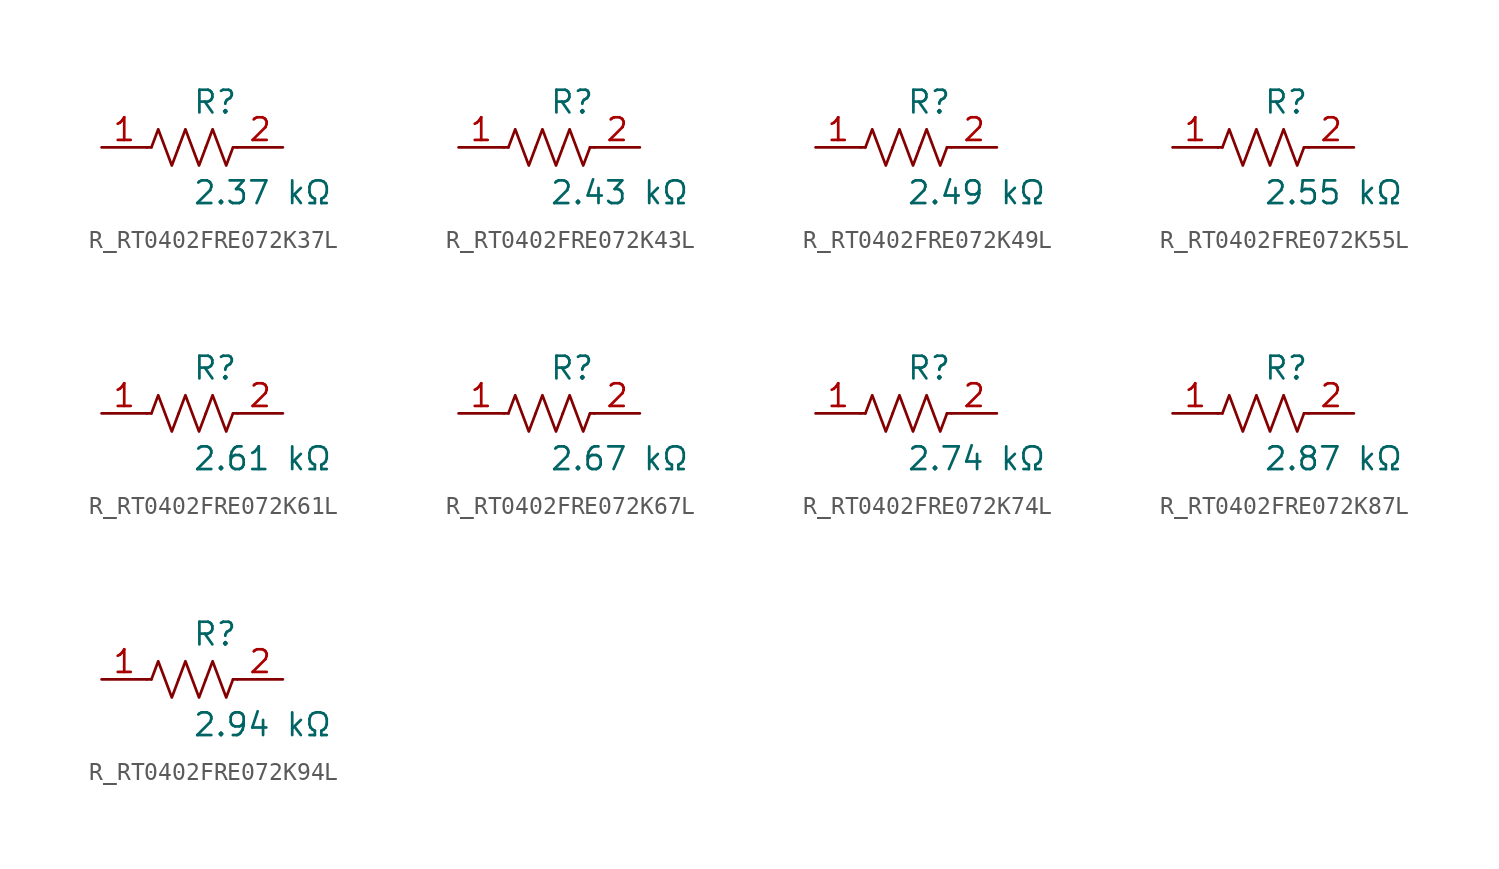
<source format=kicad_sym>
(kicad_symbol_lib
  (version 20231120)
  (generator kicad_symbol_editor)
  (generator_version 8.0)
  (symbol "R_RT0402FRE072K37L"
    (pin_names
      (offset 0.254))
    (property "Reference" "R"
      (at 0.0 2.54 0)
      (effects (font (size 1.27 1.27)) (justify left)))
    (property "Value" "2.37 kΩ"
      (at 0.0 -2.54 0)
      (effects (font (size 1.27 1.27)) (justify left)))
    (symbol "R_RT0402FRE072K37L_0_1"
      (polyline (pts (xy 2.286 0) (xy 2.54 0)) (stroke (width 0) (type default)) (fill (type none)))
      (polyline (pts (xy -2.286 0) (xy -2.54 0)) (stroke (width 0) (type default)) (fill (type none)))
      (polyline (pts (xy 0.762 0) (xy 1.143 1.016) (xy 1.524 0) (xy 1.905 -1.016) (xy 2.286 0)) (stroke (width 0) (type default)) (fill (type none)))
      (polyline (pts (xy -0.762 0) (xy -0.381 1.016) (xy 0 0) (xy 0.381 -1.016) (xy 0.762 0)) (stroke (width 0) (type default)) (fill (type none)))
      (polyline (pts (xy -2.286 0) (xy -1.905 1.016) (xy -1.524 0) (xy -1.143 -1.016) (xy -0.762 0)) (stroke (width 0) (type default)) (fill (type none))))
    (pin unspecified line
      (at -5.08 0 0)
      (length 2.54)
      (name "" (effects (font (size 1.27 1.27))))
      (number "1" (effects (font (size 1.27 1.27)))))
    (pin unspecified line
      (at 5.08 0 180)
      (length 2.54)
      (name "" (effects (font (size 1.27 1.27))))
      (number "2" (effects (font (size 1.27 1.27))))))
  (symbol "R_RT0402FRE072K43L"
    (pin_names
      (offset 0.254))
    (property "Reference" "R"
      (at 0.0 2.54 0)
      (effects (font (size 1.27 1.27)) (justify left)))
    (property "Value" "2.43 kΩ"
      (at 0.0 -2.54 0)
      (effects (font (size 1.27 1.27)) (justify left)))
    (symbol "R_RT0402FRE072K43L_0_1"
      (polyline (pts (xy 2.286 0) (xy 2.54 0)) (stroke (width 0) (type default)) (fill (type none)))
      (polyline (pts (xy -2.286 0) (xy -2.54 0)) (stroke (width 0) (type default)) (fill (type none)))
      (polyline (pts (xy 0.762 0) (xy 1.143 1.016) (xy 1.524 0) (xy 1.905 -1.016) (xy 2.286 0)) (stroke (width 0) (type default)) (fill (type none)))
      (polyline (pts (xy -0.762 0) (xy -0.381 1.016) (xy 0 0) (xy 0.381 -1.016) (xy 0.762 0)) (stroke (width 0) (type default)) (fill (type none)))
      (polyline (pts (xy -2.286 0) (xy -1.905 1.016) (xy -1.524 0) (xy -1.143 -1.016) (xy -0.762 0)) (stroke (width 0) (type default)) (fill (type none))))
    (pin unspecified line
      (at -5.08 0 0)
      (length 2.54)
      (name "" (effects (font (size 1.27 1.27))))
      (number "1" (effects (font (size 1.27 1.27)))))
    (pin unspecified line
      (at 5.08 0 180)
      (length 2.54)
      (name "" (effects (font (size 1.27 1.27))))
      (number "2" (effects (font (size 1.27 1.27))))))
  (symbol "R_RT0402FRE072K49L"
    (pin_names
      (offset 0.254))
    (property "Reference" "R"
      (at 0.0 2.54 0)
      (effects (font (size 1.27 1.27)) (justify left)))
    (property "Value" "2.49 kΩ"
      (at 0.0 -2.54 0)
      (effects (font (size 1.27 1.27)) (justify left)))
    (symbol "R_RT0402FRE072K49L_0_1"
      (polyline (pts (xy 2.286 0) (xy 2.54 0)) (stroke (width 0) (type default)) (fill (type none)))
      (polyline (pts (xy -2.286 0) (xy -2.54 0)) (stroke (width 0) (type default)) (fill (type none)))
      (polyline (pts (xy 0.762 0) (xy 1.143 1.016) (xy 1.524 0) (xy 1.905 -1.016) (xy 2.286 0)) (stroke (width 0) (type default)) (fill (type none)))
      (polyline (pts (xy -0.762 0) (xy -0.381 1.016) (xy 0 0) (xy 0.381 -1.016) (xy 0.762 0)) (stroke (width 0) (type default)) (fill (type none)))
      (polyline (pts (xy -2.286 0) (xy -1.905 1.016) (xy -1.524 0) (xy -1.143 -1.016) (xy -0.762 0)) (stroke (width 0) (type default)) (fill (type none))))
    (pin unspecified line
      (at -5.08 0 0)
      (length 2.54)
      (name "" (effects (font (size 1.27 1.27))))
      (number "1" (effects (font (size 1.27 1.27)))))
    (pin unspecified line
      (at 5.08 0 180)
      (length 2.54)
      (name "" (effects (font (size 1.27 1.27))))
      (number "2" (effects (font (size 1.27 1.27))))))
  (symbol "R_RT0402FRE072K55L"
    (pin_names
      (offset 0.254))
    (property "Reference" "R"
      (at 0.0 2.54 0)
      (effects (font (size 1.27 1.27)) (justify left)))
    (property "Value" "2.55 kΩ"
      (at 0.0 -2.54 0)
      (effects (font (size 1.27 1.27)) (justify left)))
    (symbol "R_RT0402FRE072K55L_0_1"
      (polyline (pts (xy 2.286 0) (xy 2.54 0)) (stroke (width 0) (type default)) (fill (type none)))
      (polyline (pts (xy -2.286 0) (xy -2.54 0)) (stroke (width 0) (type default)) (fill (type none)))
      (polyline (pts (xy 0.762 0) (xy 1.143 1.016) (xy 1.524 0) (xy 1.905 -1.016) (xy 2.286 0)) (stroke (width 0) (type default)) (fill (type none)))
      (polyline (pts (xy -0.762 0) (xy -0.381 1.016) (xy 0 0) (xy 0.381 -1.016) (xy 0.762 0)) (stroke (width 0) (type default)) (fill (type none)))
      (polyline (pts (xy -2.286 0) (xy -1.905 1.016) (xy -1.524 0) (xy -1.143 -1.016) (xy -0.762 0)) (stroke (width 0) (type default)) (fill (type none))))
    (pin unspecified line
      (at -5.08 0 0)
      (length 2.54)
      (name "" (effects (font (size 1.27 1.27))))
      (number "1" (effects (font (size 1.27 1.27)))))
    (pin unspecified line
      (at 5.08 0 180)
      (length 2.54)
      (name "" (effects (font (size 1.27 1.27))))
      (number "2" (effects (font (size 1.27 1.27))))))
  (symbol "R_RT0402FRE072K61L"
    (pin_names
      (offset 0.254))
    (property "Reference" "R"
      (at 0.0 2.54 0)
      (effects (font (size 1.27 1.27)) (justify left)))
    (property "Value" "2.61 kΩ"
      (at 0.0 -2.54 0)
      (effects (font (size 1.27 1.27)) (justify left)))
    (symbol "R_RT0402FRE072K61L_0_1"
      (polyline (pts (xy 2.286 0) (xy 2.54 0)) (stroke (width 0) (type default)) (fill (type none)))
      (polyline (pts (xy -2.286 0) (xy -2.54 0)) (stroke (width 0) (type default)) (fill (type none)))
      (polyline (pts (xy 0.762 0) (xy 1.143 1.016) (xy 1.524 0) (xy 1.905 -1.016) (xy 2.286 0)) (stroke (width 0) (type default)) (fill (type none)))
      (polyline (pts (xy -0.762 0) (xy -0.381 1.016) (xy 0 0) (xy 0.381 -1.016) (xy 0.762 0)) (stroke (width 0) (type default)) (fill (type none)))
      (polyline (pts (xy -2.286 0) (xy -1.905 1.016) (xy -1.524 0) (xy -1.143 -1.016) (xy -0.762 0)) (stroke (width 0) (type default)) (fill (type none))))
    (pin unspecified line
      (at -5.08 0 0)
      (length 2.54)
      (name "" (effects (font (size 1.27 1.27))))
      (number "1" (effects (font (size 1.27 1.27)))))
    (pin unspecified line
      (at 5.08 0 180)
      (length 2.54)
      (name "" (effects (font (size 1.27 1.27))))
      (number "2" (effects (font (size 1.27 1.27))))))
  (symbol "R_RT0402FRE072K67L"
    (pin_names
      (offset 0.254))
    (property "Reference" "R"
      (at 0.0 2.54 0)
      (effects (font (size 1.27 1.27)) (justify left)))
    (property "Value" "2.67 kΩ"
      (at 0.0 -2.54 0)
      (effects (font (size 1.27 1.27)) (justify left)))
    (symbol "R_RT0402FRE072K67L_0_1"
      (polyline (pts (xy 2.286 0) (xy 2.54 0)) (stroke (width 0) (type default)) (fill (type none)))
      (polyline (pts (xy -2.286 0) (xy -2.54 0)) (stroke (width 0) (type default)) (fill (type none)))
      (polyline (pts (xy 0.762 0) (xy 1.143 1.016) (xy 1.524 0) (xy 1.905 -1.016) (xy 2.286 0)) (stroke (width 0) (type default)) (fill (type none)))
      (polyline (pts (xy -0.762 0) (xy -0.381 1.016) (xy 0 0) (xy 0.381 -1.016) (xy 0.762 0)) (stroke (width 0) (type default)) (fill (type none)))
      (polyline (pts (xy -2.286 0) (xy -1.905 1.016) (xy -1.524 0) (xy -1.143 -1.016) (xy -0.762 0)) (stroke (width 0) (type default)) (fill (type none))))
    (pin unspecified line
      (at -5.08 0 0)
      (length 2.54)
      (name "" (effects (font (size 1.27 1.27))))
      (number "1" (effects (font (size 1.27 1.27)))))
    (pin unspecified line
      (at 5.08 0 180)
      (length 2.54)
      (name "" (effects (font (size 1.27 1.27))))
      (number "2" (effects (font (size 1.27 1.27))))))
  (symbol "R_RT0402FRE072K74L"
    (pin_names
      (offset 0.254))
    (property "Reference" "R"
      (at 0.0 2.54 0)
      (effects (font (size 1.27 1.27)) (justify left)))
    (property "Value" "2.74 kΩ"
      (at 0.0 -2.54 0)
      (effects (font (size 1.27 1.27)) (justify left)))
    (symbol "R_RT0402FRE072K74L_0_1"
      (polyline (pts (xy 2.286 0) (xy 2.54 0)) (stroke (width 0) (type default)) (fill (type none)))
      (polyline (pts (xy -2.286 0) (xy -2.54 0)) (stroke (width 0) (type default)) (fill (type none)))
      (polyline (pts (xy 0.762 0) (xy 1.143 1.016) (xy 1.524 0) (xy 1.905 -1.016) (xy 2.286 0)) (stroke (width 0) (type default)) (fill (type none)))
      (polyline (pts (xy -0.762 0) (xy -0.381 1.016) (xy 0 0) (xy 0.381 -1.016) (xy 0.762 0)) (stroke (width 0) (type default)) (fill (type none)))
      (polyline (pts (xy -2.286 0) (xy -1.905 1.016) (xy -1.524 0) (xy -1.143 -1.016) (xy -0.762 0)) (stroke (width 0) (type default)) (fill (type none))))
    (pin unspecified line
      (at -5.08 0 0)
      (length 2.54)
      (name "" (effects (font (size 1.27 1.27))))
      (number "1" (effects (font (size 1.27 1.27)))))
    (pin unspecified line
      (at 5.08 0 180)
      (length 2.54)
      (name "" (effects (font (size 1.27 1.27))))
      (number "2" (effects (font (size 1.27 1.27))))))
  (symbol "R_RT0402FRE072K87L"
    (pin_names
      (offset 0.254))
    (property "Reference" "R"
      (at 0.0 2.54 0)
      (effects (font (size 1.27 1.27)) (justify left)))
    (property "Value" "2.87 kΩ"
      (at 0.0 -2.54 0)
      (effects (font (size 1.27 1.27)) (justify left)))
    (symbol "R_RT0402FRE072K87L_0_1"
      (polyline (pts (xy 2.286 0) (xy 2.54 0)) (stroke (width 0) (type default)) (fill (type none)))
      (polyline (pts (xy -2.286 0) (xy -2.54 0)) (stroke (width 0) (type default)) (fill (type none)))
      (polyline (pts (xy 0.762 0) (xy 1.143 1.016) (xy 1.524 0) (xy 1.905 -1.016) (xy 2.286 0)) (stroke (width 0) (type default)) (fill (type none)))
      (polyline (pts (xy -0.762 0) (xy -0.381 1.016) (xy 0 0) (xy 0.381 -1.016) (xy 0.762 0)) (stroke (width 0) (type default)) (fill (type none)))
      (polyline (pts (xy -2.286 0) (xy -1.905 1.016) (xy -1.524 0) (xy -1.143 -1.016) (xy -0.762 0)) (stroke (width 0) (type default)) (fill (type none))))
    (pin unspecified line
      (at -5.08 0 0)
      (length 2.54)
      (name "" (effects (font (size 1.27 1.27))))
      (number "1" (effects (font (size 1.27 1.27)))))
    (pin unspecified line
      (at 5.08 0 180)
      (length 2.54)
      (name "" (effects (font (size 1.27 1.27))))
      (number "2" (effects (font (size 1.27 1.27))))))
  (symbol "R_RT0402FRE072K94L"
    (pin_names
      (offset 0.254))
    (property "Reference" "R"
      (at 0.0 2.54 0)
      (effects (font (size 1.27 1.27)) (justify left)))
    (property "Value" "2.94 kΩ"
      (at 0.0 -2.54 0)
      (effects (font (size 1.27 1.27)) (justify left)))
    (symbol "R_RT0402FRE072K94L_0_1"
      (polyline (pts (xy 2.286 0) (xy 2.54 0)) (stroke (width 0) (type default)) (fill (type none)))
      (polyline (pts (xy -2.286 0) (xy -2.54 0)) (stroke (width 0) (type default)) (fill (type none)))
      (polyline (pts (xy 0.762 0) (xy 1.143 1.016) (xy 1.524 0) (xy 1.905 -1.016) (xy 2.286 0)) (stroke (width 0) (type default)) (fill (type none)))
      (polyline (pts (xy -0.762 0) (xy -0.381 1.016) (xy 0 0) (xy 0.381 -1.016) (xy 0.762 0)) (stroke (width 0) (type default)) (fill (type none)))
      (polyline (pts (xy -2.286 0) (xy -1.905 1.016) (xy -1.524 0) (xy -1.143 -1.016) (xy -0.762 0)) (stroke (width 0) (type default)) (fill (type none))))
    (pin unspecified line
      (at -5.08 0 0)
      (length 2.54)
      (name "" (effects (font (size 1.27 1.27))))
      (number "1" (effects (font (size 1.27 1.27)))))
    (pin unspecified line
      (at 5.08 0 180)
      (length 2.54)
      (name "" (effects (font (size 1.27 1.27))))
      (number "2" (effects (font (size 1.27 1.27)))))))
</source>
